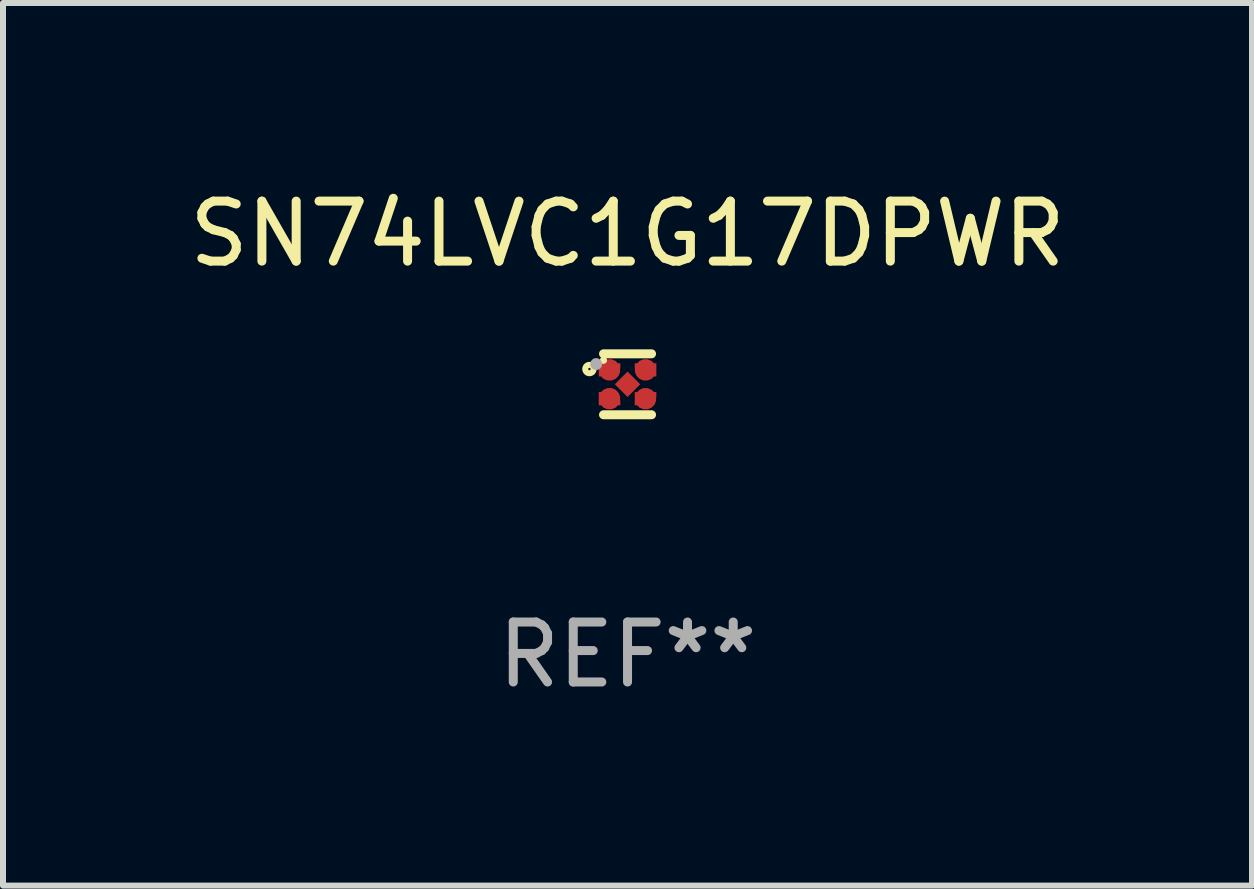
<source format=kicad_pcb>
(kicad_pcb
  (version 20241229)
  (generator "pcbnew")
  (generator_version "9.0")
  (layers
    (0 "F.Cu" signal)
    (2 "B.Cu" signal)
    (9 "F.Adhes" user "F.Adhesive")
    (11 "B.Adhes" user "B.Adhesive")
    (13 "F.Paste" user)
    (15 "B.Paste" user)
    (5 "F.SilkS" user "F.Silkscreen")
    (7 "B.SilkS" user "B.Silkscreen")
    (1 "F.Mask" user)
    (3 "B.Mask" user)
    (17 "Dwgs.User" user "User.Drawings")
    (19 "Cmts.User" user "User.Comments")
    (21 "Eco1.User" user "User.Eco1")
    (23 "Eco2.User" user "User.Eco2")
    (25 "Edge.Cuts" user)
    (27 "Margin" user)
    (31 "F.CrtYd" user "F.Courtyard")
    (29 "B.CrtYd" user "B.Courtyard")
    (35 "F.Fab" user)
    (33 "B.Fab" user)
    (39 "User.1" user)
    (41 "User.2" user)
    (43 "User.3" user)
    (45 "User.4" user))
  (footprint "SN74LVC1G17DPWR"
    (layer "F.Cu")
    (at 7.411 3.356)
    (property "Reference" "SN74LVC1G17DPWR" (at 0 -2.508 0) (layer "F.SilkS") (effects (font (size 1 1) (thickness 0.15))))
    (attr through_hole)
    (fp_line (start 0.4 -0.508) (end -0.4 -0.508) (stroke (width 0.15) (type solid)) (layer "F.SilkS"))
    (fp_line (start 0.4 0.508) (end -0.4 0.508) (stroke (width 0.15) (type solid)) (layer "F.SilkS"))
    (fp_circle (center -0.635 -0.254) (end -0.615 -0.254) (stroke (width 0.1) (type solid)) (fill no) (layer "F.SilkS"))
    (fp_circle (center -0.401 -0.4) (end -0.371 -0.4) (stroke (width 0.06) (type solid)) (fill no) (layer "F.SilkS"))
    (fp_circle (center -0.523 -0.337) (end -0.473 -0.337) (stroke (width 0.1) (type solid)) (fill no) (layer "F.Fab"))
    (fp_text user "REF**" (at 0 4.508 0) (layer "F.Fab") (effects (font (size 1 1) (thickness 0.15))))
    (pad "1" smd custom (at -0.3 -0.24) (size 0.36 0.22) (layers "F.Cu" "F.Mask" "F.Paste") (options (anchor circle)) (primitives (gr_poly (pts (xy -0.18 -0.11) (xy -0.18 0.11) (xy 0.000127 0.11) (xy 0.18 -0.03) (xy 0.18 -0.11) (xy -0.18 -0.11)) (width 0) (fill yes))))
    (pad "2" smd custom (at -0.3 0.24) (size 0.36 0.22) (layers "F.Cu" "F.Mask" "F.Paste") (options (anchor circle)) (primitives (gr_poly (pts (xy -0.18 0.11) (xy -0.18 -0.11) (xy 0.000127 -0.11) (xy 0.18 0.03) (xy 0.18 0.11) (xy -0.18 0.11)) (width 0) (fill yes))))
    (pad "3" smd rect (at 0.000102 -0.000127 45) (size 0.3 0.3) (layers "F.Cu" "F.Mask" "F.Paste"))
    (pad "4" smd custom (at 0.3 0.24 180) (size 0.36 0.22) (layers "F.Cu" "F.Mask" "F.Paste") (options (anchor circle)) (primitives (gr_poly (pts (xy 0.18 0.11) (xy 0.18 -0.11) (xy -0.000178 -0.11) (xy -0.18 0.03) (xy -0.18 0.11) (xy 0.18 0.11)) (width 0) (fill yes))))
    (pad "5" smd custom (at 0.3 -0.24) (size 0.36 0.22) (layers "F.Cu" "F.Mask" "F.Paste") (options (anchor circle)) (primitives (gr_poly (pts (xy 0.18 -0.11) (xy 0.18 0.11) (xy -0.000152 0.11) (xy -0.18 -0.03) (xy -0.18 -0.11) (xy 0.18 -0.11)) (width 0) (fill yes)))))
  (gr_rect
    (start -3 -3)
    (end 17.821 11.713)
    (stroke (width 0.1) (type default))
    (fill no)
    (layer "Edge.Cuts")))
</source>
